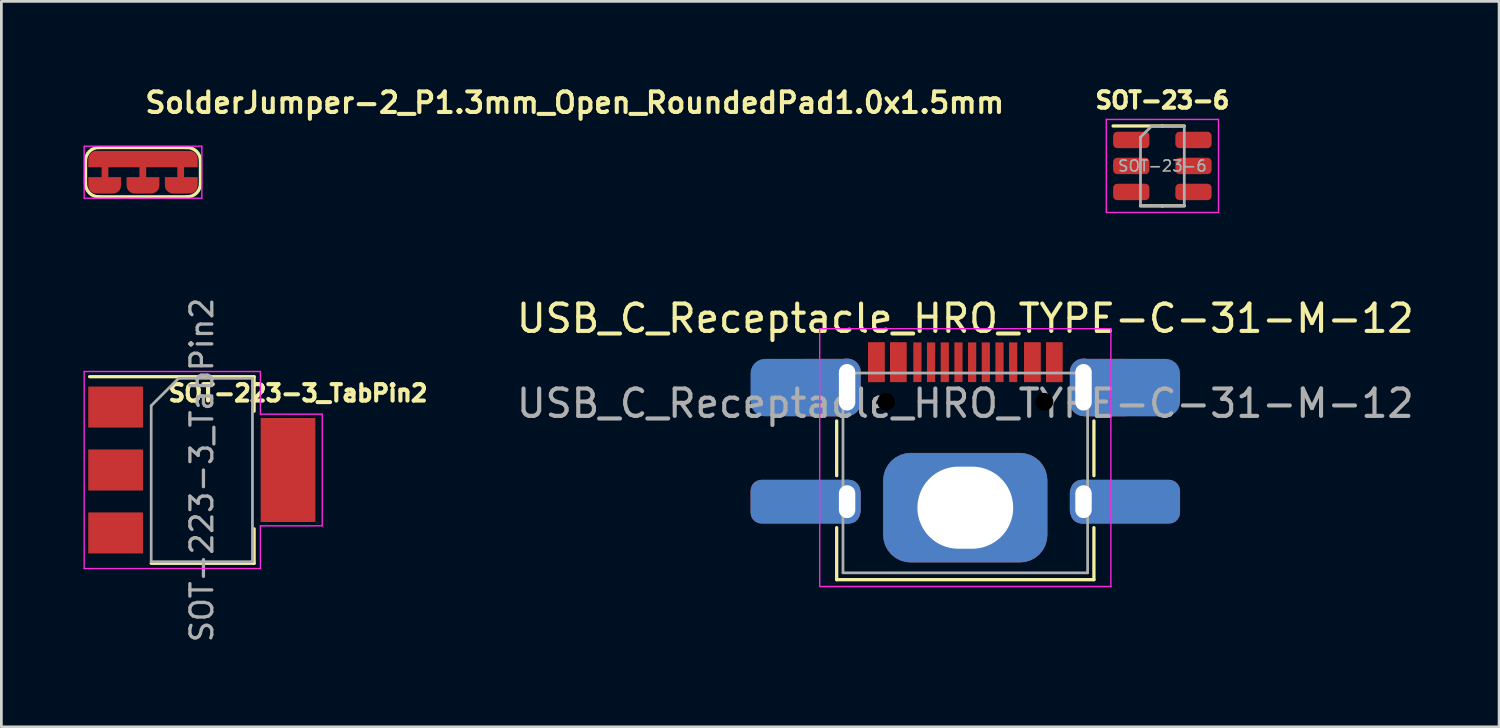
<source format=kicad_pcb>
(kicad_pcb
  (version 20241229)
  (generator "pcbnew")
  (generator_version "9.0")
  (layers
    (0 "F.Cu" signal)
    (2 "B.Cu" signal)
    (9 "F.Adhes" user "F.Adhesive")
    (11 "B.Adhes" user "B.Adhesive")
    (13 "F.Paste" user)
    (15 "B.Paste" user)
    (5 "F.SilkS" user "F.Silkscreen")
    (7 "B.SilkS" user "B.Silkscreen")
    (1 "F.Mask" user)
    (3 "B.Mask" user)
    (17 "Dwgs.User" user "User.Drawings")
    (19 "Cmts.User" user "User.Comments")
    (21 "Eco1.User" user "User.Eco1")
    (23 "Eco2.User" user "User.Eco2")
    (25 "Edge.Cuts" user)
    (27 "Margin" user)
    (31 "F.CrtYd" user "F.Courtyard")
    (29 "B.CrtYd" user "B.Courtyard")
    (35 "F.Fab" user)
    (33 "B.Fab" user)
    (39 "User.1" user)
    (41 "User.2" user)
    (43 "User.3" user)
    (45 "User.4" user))
  (footprint "SOT-23-6"
    (layer "F.Cu")
    (at 39.426 3.014)
    (property "Reference" "SOT-23-6" (at 0 -2.4 0) (layer "F.SilkS") (effects (font (size 0.6 0.6) (thickness 0.15))))
    (attr smd)
    (fp_line (start 0 -1.46) (end -1.8 -1.46) (stroke (width 0.12) (type solid)) (layer "F.SilkS"))
    (fp_line (start 0 -1.46) (end 0.8 -1.46) (stroke (width 0.12) (type solid)) (layer "F.SilkS"))
    (fp_line (start 0 1.46) (end -0.8 1.46) (stroke (width 0.12) (type solid)) (layer "F.SilkS"))
    (fp_line (start 0 1.46) (end 0.8 1.46) (stroke (width 0.12) (type solid)) (layer "F.SilkS"))
    (fp_line (start -2.05 -1.7) (end -2.05 1.7) (stroke (width 0.05) (type solid)) (layer "F.CrtYd"))
    (fp_line (start -2.05 1.7) (end 2.05 1.7) (stroke (width 0.05) (type solid)) (layer "F.CrtYd"))
    (fp_line (start 2.05 -1.7) (end -2.05 -1.7) (stroke (width 0.05) (type solid)) (layer "F.CrtYd"))
    (fp_line (start 2.05 1.7) (end 2.05 -1.7) (stroke (width 0.05) (type solid)) (layer "F.CrtYd"))
    (fp_line (start -0.8 -1.05) (end -0.4 -1.45) (stroke (width 0.1) (type solid)) (layer "F.Fab"))
    (fp_line (start -0.8 1.45) (end -0.8 -1.05) (stroke (width 0.1) (type solid)) (layer "F.Fab"))
    (fp_line (start -0.4 -1.45) (end 0.8 -1.45) (stroke (width 0.1) (type solid)) (layer "F.Fab"))
    (fp_line (start 0.8 -1.45) (end 0.8 1.45) (stroke (width 0.1) (type solid)) (layer "F.Fab"))
    (fp_line (start 0.8 1.45) (end -0.8 1.45) (stroke (width 0.1) (type solid)) (layer "F.Fab"))
    (fp_text user "${REFERENCE}" (at 0 0 0) (layer "F.Fab") (effects (font (size 0.4 0.4) (thickness 0.06))))
    (pad "1" smd roundrect (at -1.137 -0.95) (size 1.325 0.6) (layers "F.Cu" "F.Mask" "F.Paste") (roundrect_rratio 0.25))
    (pad "2" smd roundrect (at -1.137 0) (size 1.325 0.6) (layers "F.Cu" "F.Mask" "F.Paste") (roundrect_rratio 0.25))
    (pad "3" smd roundrect (at -1.137 0.95) (size 1.325 0.6) (layers "F.Cu" "F.Mask" "F.Paste") (roundrect_rratio 0.25))
    (pad "4" smd roundrect (at 1.137 0.95) (size 1.325 0.6) (layers "F.Cu" "F.Mask" "F.Paste") (roundrect_rratio 0.25))
    (pad "5" smd roundrect (at 1.137 0) (size 1.325 0.6) (layers "F.Cu" "F.Mask" "F.Paste") (roundrect_rratio 0.25))
    (pad "6" smd roundrect (at 1.137 -0.95) (size 1.325 0.6) (layers "F.Cu" "F.Mask" "F.Paste") (roundrect_rratio 0.25)))
  (footprint "SolderJumper-2_P1.3mm_Open_RoundedPad1.0x1.5mm"
    (layer "F.Cu")
    (at 2.175 3.242)
    (property "Reference" "SolderJumper-2_P1.3mm_Open_RoundedPad1.0x1.5mm" (at 0 -2.54 0) (layer "F.SilkS") (effects (font (size 0.75 0.75) (thickness 0.15)) (justify left)))
    (attr smd exclude_from_pos_files exclude_from_bom)
    (fp_poly (pts (xy -1.513 -0.406) (xy -1.266 -0.406) (xy -1.266 0.394) (xy -1.513 0.394)) (stroke (width 0) (type solid)) (fill yes) (layer "F.Cu"))
    (fp_poly (pts (xy -0.13 -0.394) (xy 0.118 -0.394) (xy 0.118 0.406) (xy -0.13 0.406)) (stroke (width 0) (type solid)) (fill yes) (layer "F.Cu"))
    (fp_poly (pts (xy 1.254 -0.394) (xy 1.501 -0.394) (xy 1.501 0.406) (xy 1.254 0.406)) (stroke (width 0) (type solid)) (fill yes) (layer "F.Cu"))
    (fp_line (start -2.1 0.4) (end -2.1 -0.4) (stroke (width 0.12) (type solid)) (layer "F.SilkS"))
    (fp_line (start -1.6 -0.9) (end 1.6 -0.9) (stroke (width 0.12) (type solid)) (layer "F.SilkS"))
    (fp_line (start 1.6 0.9) (end -1.6 0.9) (stroke (width 0.12) (type solid)) (layer "F.SilkS"))
    (fp_line (start 2.1 -0.4) (end 2.1 0.4) (stroke (width 0.12) (type solid)) (layer "F.SilkS"))
    (fp_arc (start -2.1 -0.4) (mid -1.958553 -0.758553) (end -1.6 -0.9) (stroke (width 0.12) (type solid)) (layer "F.SilkS"))
    (fp_arc (start -1.6 0.9) (mid -1.958553 0.758553) (end -2.1 0.4) (stroke (width 0.12) (type solid)) (layer "F.SilkS"))
    (fp_arc (start 1.6 -0.9) (mid 1.958553 -0.758553) (end 2.1 -0.4) (stroke (width 0.12) (type solid)) (layer "F.SilkS"))
    (fp_arc (start 2.1 0.4) (mid 1.958553 0.758553) (end 1.6 0.9) (stroke (width 0.12) (type solid)) (layer "F.SilkS"))
    (fp_line (start -2.15 -0.95) (end -2.15 0.95) (stroke (width 0.05) (type solid)) (layer "F.CrtYd"))
    (fp_line (start -2.15 -0.95) (end 2.15 -0.95) (stroke (width 0.05) (type solid)) (layer "F.CrtYd"))
    (fp_line (start 2.15 0.95) (end -2.15 0.95) (stroke (width 0.05) (type solid)) (layer "F.CrtYd"))
    (fp_line (start 2.15 0.95) (end 2.15 -0.95) (stroke (width 0.05) (type solid)) (layer "F.CrtYd"))
    (pad "1" smd custom (at -1.4 0.48 270) (size 0.6 0.5) (layers "F.Cu" "F.Mask") (options (anchor rect)) (primitives (gr_circle (center 0 0.3) (end 0.3 0.3) (width 0) (fill yes)) (gr_circle (center 0 -0.3) (end 0.3 -0.3) (width 0) (fill yes)) (gr_poly (pts (xy 0 0.6) (xy -0.3 0.6) (xy -0.3 -0.6) (xy 0 -0.6)) (width 0) (fill yes))))
    (pad "2" smd custom (at 0 0.48 270) (size 0.6 0.5) (layers "F.Cu" "F.Mask") (options (anchor rect)) (primitives (gr_circle (center 0 0.3) (end 0.3 0.3) (width 0) (fill yes)) (gr_circle (center 0 -0.3) (end 0.3 -0.3) (width 0) (fill yes)) (gr_poly (pts (xy 0 0.6) (xy -0.3 0.6) (xy -0.3 -0.6) (xy 0 -0.6)) (width 0) (fill yes))))
    (pad "3" smd custom (at 1.4 0.48 270) (size 0.6 0.5) (layers "F.Cu" "F.Mask") (options (anchor rect)) (primitives (gr_circle (center 0 0.3) (end 0.3 0.3) (width 0) (fill yes)) (gr_circle (center 0 -0.3) (end 0.3 -0.3) (width 0) (fill yes)) (gr_poly (pts (xy 0 0.6) (xy -0.3 0.6) (xy -0.3 -0.6) (xy 0 -0.6)) (width 0) (fill yes))))
    (pad "4" smd custom (at 0 -0.48 90) (size 0.6 3.6) (layers "F.Cu" "F.Mask") (options (anchor rect)) (primitives (gr_circle (center 0 1.7) (end 0.3 1.7) (width 0) (fill yes)) (gr_circle (center 0 -1.7) (end 0.3 -1.7) (width 0) (fill yes)) (gr_poly (pts (xy 0 2) (xy -0.3 2) (xy -0.3 -2) (xy 0 -2)) (width 0) (fill yes)))))
  (footprint "SOT-223-3_TabPin2"
    (layer "F.Cu")
    (at 4.325 14.125)
    (property "Reference" "SOT-223-3_TabPin2" (at 3.514 -2.808 0) (layer "F.SilkS") (effects (font (size 0.6 0.6) (thickness 0.15))))
    (attr smd)
    (fp_line (start -4.1 -3.41) (end 1.91 -3.41) (stroke (width 0.12) (type solid)) (layer "F.SilkS"))
    (fp_line (start -1.85 3.41) (end 1.91 3.41) (stroke (width 0.12) (type solid)) (layer "F.SilkS"))
    (fp_line (start 1.91 -3.41) (end 1.91 -2.15) (stroke (width 0.12) (type solid)) (layer "F.SilkS"))
    (fp_line (start 1.91 3.41) (end 1.91 2.15) (stroke (width 0.12) (type solid)) (layer "F.SilkS"))
    (fp_line (start -4.3 -3.6) (end -4.3 3.6) (stroke (width 0.05) (type solid)) (layer "F.CrtYd"))
    (fp_line (start -4.3 3.6) (end 2.14 3.6) (stroke (width 0.05) (type solid)) (layer "F.CrtYd"))
    (fp_line (start 2.14 -3.6) (end -4.3 -3.6) (stroke (width 0.05) (type solid)) (layer "F.CrtYd"))
    (fp_line (start 2.14 -3.6) (end 2.14 -2.04) (stroke (width 0.05) (type solid)) (layer "F.CrtYd"))
    (fp_line (start 2.14 -2.04) (end 4.4 -2.04) (stroke (width 0.05) (type solid)) (layer "F.CrtYd"))
    (fp_line (start 2.14 2.04) (end 2.14 3.6) (stroke (width 0.05) (type solid)) (layer "F.CrtYd"))
    (fp_line (start 4.4 2.04) (end 2.14 2.04) (stroke (width 0.05) (type solid)) (layer "F.CrtYd"))
    (fp_line (start 4.4 2.04) (end 4.4 -2.04) (stroke (width 0.05) (type solid)) (layer "F.CrtYd"))
    (fp_line (start -1.85 -2.35) (end -1.85 3.35) (stroke (width 0.1) (type solid)) (layer "F.Fab"))
    (fp_line (start -1.85 -2.35) (end -0.85 -3.35) (stroke (width 0.1) (type solid)) (layer "F.Fab"))
    (fp_line (start -1.85 3.35) (end 1.85 3.35) (stroke (width 0.1) (type solid)) (layer "F.Fab"))
    (fp_line (start -0.85 -3.35) (end 1.85 -3.35) (stroke (width 0.1) (type solid)) (layer "F.Fab"))
    (fp_line (start 1.85 -3.35) (end 1.85 3.35) (stroke (width 0.1) (type solid)) (layer "F.Fab"))
    (fp_text user "${REFERENCE}" (at 0 0 90) (layer "F.Fab") (effects (font (size 0.8 0.8) (thickness 0.12))))
    (pad "1" smd rect (at -3.15 -2.3) (size 2 1.5) (layers "F.Cu" "F.Mask" "F.Paste"))
    (pad "2" smd rect (at -3.15 0) (size 2 1.5) (layers "F.Cu" "F.Mask" "F.Paste"))
    (pad "2" smd rect (at 3.15 0) (size 2 3.8) (layers "F.Cu" "F.Mask" "F.Paste"))
    (pad "3" smd rect (at -3.15 2.3) (size 2 1.5) (layers "F.Cu" "F.Mask" "F.Paste")))
  (footprint "USB_C_Receptacle_HRO_TYPE-C-31-M-12"
    (layer "F.Cu")
    (at 32.224 14.232)
    (property "Reference" "USB_C_Receptacle_HRO_TYPE-C-31-M-12" (at 0 -5.645 0) (layer "F.SilkS") (effects (font (size 1 1) (thickness 0.15))))
    (attr smd)
    (fp_line (start -4.7 -1.9) (end -4.7 0.1) (stroke (width 0.12) (type solid)) (layer "F.SilkS"))
    (fp_line (start -4.7 2) (end -4.7 3.9) (stroke (width 0.12) (type solid)) (layer "F.SilkS"))
    (fp_line (start -4.7 3.9) (end 4.7 3.9) (stroke (width 0.12) (type solid)) (layer "F.SilkS"))
    (fp_line (start 4.7 -1.9) (end 4.7 0.1) (stroke (width 0.12) (type solid)) (layer "F.SilkS"))
    (fp_line (start 4.7 2) (end 4.7 3.9) (stroke (width 0.12) (type solid)) (layer "F.SilkS"))
    (fp_line (start -5.32 -5.27) (end -5.32 4.15) (stroke (width 0.05) (type solid)) (layer "F.CrtYd"))
    (fp_line (start -5.32 -5.27) (end 5.32 -5.27) (stroke (width 0.05) (type solid)) (layer "F.CrtYd"))
    (fp_line (start -5.32 4.15) (end 5.32 4.15) (stroke (width 0.05) (type solid)) (layer "F.CrtYd"))
    (fp_line (start 5.32 -5.27) (end 5.32 4.15) (stroke (width 0.05) (type solid)) (layer "F.CrtYd"))
    (fp_line (start -4.47 -3.65) (end -4.47 3.65) (stroke (width 0.1) (type solid)) (layer "F.Fab"))
    (fp_line (start -4.47 -3.65) (end 4.47 -3.65) (stroke (width 0.1) (type solid)) (layer "F.Fab"))
    (fp_line (start -4.47 3.65) (end 4.47 3.65) (stroke (width 0.1) (type solid)) (layer "F.Fab"))
    (fp_line (start 4.47 -3.65) (end 4.47 3.65) (stroke (width 0.1) (type solid)) (layer "F.Fab"))
    (fp_text user "${REFERENCE}" (at 0 -2.54 0) (layer "F.Fab") (effects (font (size 1 1) (thickness 0.15))))
    (pad "" np_thru_hole circle (at -2.89 -2.6) (size 0.65 0.65) (drill 0.65) (layers "*.Mask"))
    (pad "" np_thru_hole circle (at 2.89 -2.6) (size 0.65 0.65) (drill 0.65) (layers "*.Mask"))
    (pad "A1" smd rect (at -3.25 -4.045) (size 0.6 1.45) (layers "F.Cu" "F.Mask" "F.Paste"))
    (pad "A4" smd rect (at -2.45 -4.045) (size 0.6 1.45) (layers "F.Cu" "F.Mask" "F.Paste"))
    (pad "A5" smd rect (at -1.25 -4.045) (size 0.3 1.45) (layers "F.Cu" "F.Mask" "F.Paste"))
    (pad "A6" smd rect (at -0.25 -4.045) (size 0.3 1.45) (layers "F.Cu" "F.Mask" "F.Paste"))
    (pad "A7" smd rect (at 0.25 -4.045) (size 0.3 1.45) (layers "F.Cu" "F.Mask" "F.Paste"))
    (pad "A8" smd rect (at 1.25 -4.045) (size 0.3 1.45) (layers "F.Cu" "F.Mask" "F.Paste"))
    (pad "A9" smd rect (at 2.45 -4.045) (size 0.6 1.45) (layers "F.Cu" "F.Mask" "F.Paste"))
    (pad "A12" smd rect (at 3.25 -4.045) (size 0.6 1.45) (layers "F.Cu" "F.Mask" "F.Paste"))
    (pad "B1" smd rect (at 3.25 -4.045) (size 0.6 1.45) (layers "F.Cu" "F.Mask" "F.Paste"))
    (pad "B4" smd rect (at 2.45 -4.045) (size 0.6 1.45) (layers "F.Cu" "F.Mask" "F.Paste"))
    (pad "B5" smd rect (at 1.75 -4.045) (size 0.3 1.45) (layers "F.Cu" "F.Mask" "F.Paste"))
    (pad "B6" smd rect (at 0.75 -4.045) (size 0.3 1.45) (layers "F.Cu" "F.Mask" "F.Paste"))
    (pad "B7" smd rect (at -0.75 -4.045) (size 0.3 1.45) (layers "F.Cu" "F.Mask" "F.Paste"))
    (pad "B8" smd rect (at -1.75 -4.045) (size 0.3 1.45) (layers "F.Cu" "F.Mask" "F.Paste"))
    (pad "B9" smd rect (at -2.45 -4.045) (size 0.6 1.45) (layers "F.Cu" "F.Mask" "F.Paste"))
    (pad "B12" smd rect (at -3.25 -4.045) (size 0.6 1.45) (layers "F.Cu" "F.Mask" "F.Paste"))
    (pad "S1" smd roundrect (at -5.847 -3.118) (size 4 2.1) (layers "B.Cu" "B.Mask" "B.Paste") (roundrect_rratio 0.25))
    (pad "S1" smd roundrect (at -5.847 1.05) (size 4 1.6) (layers "F.Cu" "F.Mask" "F.Paste") (roundrect_rratio 0.25))
    (pad "S1" smd roundrect (at -5.847 1.05) (size 4 1.6) (layers "B.Cu" "B.Mask" "B.Paste") (roundrect_rratio 0.25))
    (pad "S1" smd roundrect (at -5.097 -3.118) (size 2.5 2.1) (layers "F.Cu" "F.Mask" "F.Paste") (roundrect_rratio 0.25))
    (pad "S1" thru_hole oval (at -4.32 -3.13) (size 1 2.1) (drill oval 0.6 1.7) (layers "*.Cu" "*.Mask"))
    (pad "S1" thru_hole oval (at -4.32 1.05) (size 1 1.6) (drill oval 0.6 1.2) (layers "*.Cu" "*.Mask"))
    (pad "S1" thru_hole roundrect (at 0 1.27 180) (size 6 4) (drill oval 3.5 3) (layers "*.Cu" "*.Mask") (roundrect_rratio 0.25))
    (pad "S1" thru_hole oval (at 4.32 -3.13) (size 1 2.1) (drill oval 0.6 1.7) (layers "*.Cu" "*.Mask"))
    (pad "S1" thru_hole oval (at 4.32 1.05) (size 1 1.6) (drill oval 0.6 1.2) (layers "*.Cu" "*.Mask"))
    (pad "S1" smd roundrect (at 5.097 -3.118) (size 2.5 2.1) (layers "F.Cu" "F.Mask" "F.Paste") (roundrect_rratio 0.25))
    (pad "S1" smd roundrect (at 5.847 -3.118) (size 4 2.1) (layers "B.Cu" "B.Mask" "B.Paste") (roundrect_rratio 0.25))
    (pad "S1" smd roundrect (at 5.847 1.05) (size 4 1.6) (layers "F.Cu" "F.Mask" "F.Paste") (roundrect_rratio 0.25))
    (pad "S1" smd roundrect (at 5.847 1.05) (size 4 1.6) (layers "B.Cu" "B.Mask" "B.Paste") (roundrect_rratio 0.25)))
  (gr_rect
    (start -3 -3)
    (end 51.73 23.511)
    (stroke (width 0.1) (type default))
    (fill no)
    (layer "Edge.Cuts")))
</source>
